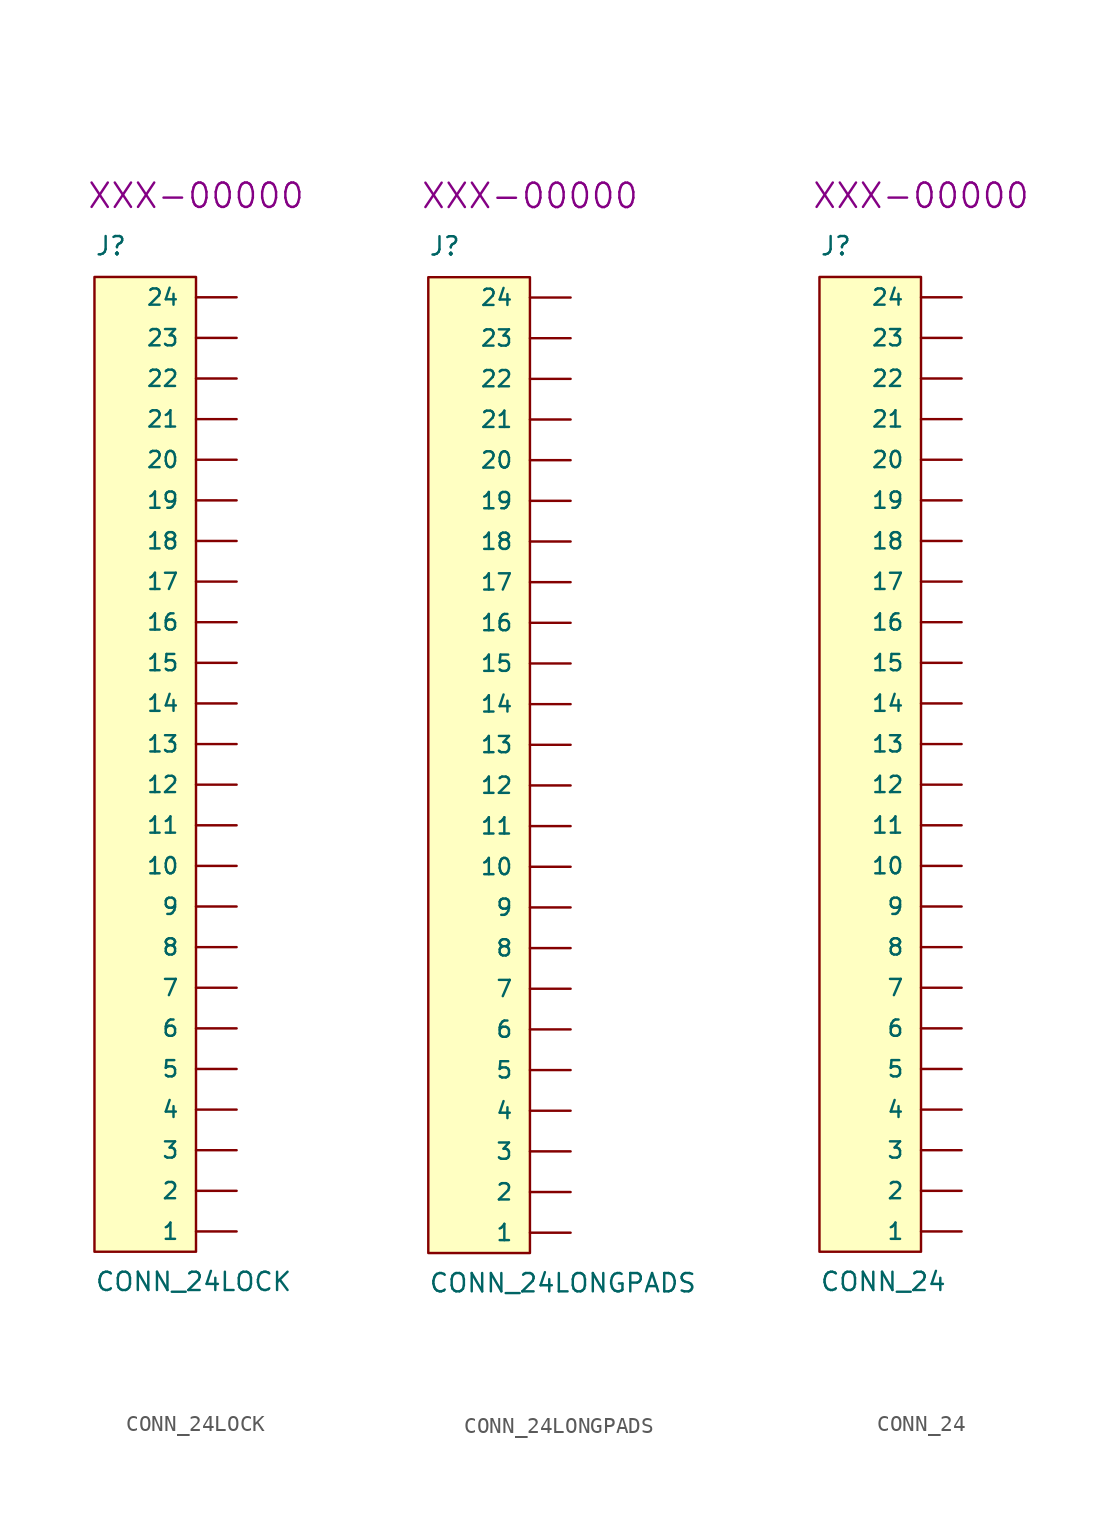
<source format=kicad_sym>
(kicad_symbol_lib
  (version 20201005)
  (generator kicad_symbol_editor)
  (symbol "CONN_24LOCK"
    (pin_numbers hide)
    (pin_names
      (offset 1.016))
    (property "Reference" "J"
      (at -6.35 60.96 0)
      (effects (font (size 1.143 1.143)) (justify left bottom)))
    (property "Value" "CONN_24LOCK"
      (at -6.35 -3.81 0)
      (effects (font (size 1.143 1.143)) (justify left bottom)))
    (property "Field4" "XXX-00000"
      (at 0 64.77 0)
      (effects (font (size 1.524 1.524))))
    (property "ki_locked" ""
      (at 0 0 0)
      (effects (font (size 1.27 1.27))))
    (symbol "CONN_24LOCK_0_1"
      (rectangle (start 0 -1.27) (end -6.35 59.69) (stroke (width 0)) (fill (type background))))
    (symbol "CONN_24LOCK_1_1"
      (pin input line (at 2.54 0 180) (length 2.54) (name "1" (effects (font (size 1.016 1.016)))) (number "1" (effects (font (size 1.016 1.016)))))
      (pin passive line (at 2.54 2.54 180) (length 2.54) (name "2" (effects (font (size 1.016 1.016)))) (number "2" (effects (font (size 1.016 1.016)))))
      (pin passive line (at 2.54 5.08 180) (length 2.54) (name "3" (effects (font (size 1.016 1.016)))) (number "3" (effects (font (size 1.016 1.016)))))
      (pin passive line (at 2.54 7.62 180) (length 2.54) (name "4" (effects (font (size 1.016 1.016)))) (number "4" (effects (font (size 1.016 1.016)))))
      (pin passive line (at 2.54 10.16 180) (length 2.54) (name "5" (effects (font (size 1.016 1.016)))) (number "5" (effects (font (size 1.016 1.016)))))
      (pin passive line (at 2.54 12.7 180) (length 2.54) (name "6" (effects (font (size 1.016 1.016)))) (number "6" (effects (font (size 1.016 1.016)))))
      (pin passive line (at 2.54 15.24 180) (length 2.54) (name "7" (effects (font (size 1.016 1.016)))) (number "7" (effects (font (size 1.016 1.016)))))
      (pin passive line (at 2.54 17.78 180) (length 2.54) (name "8" (effects (font (size 1.016 1.016)))) (number "8" (effects (font (size 1.016 1.016)))))
      (pin passive line (at 2.54 20.32 180) (length 2.54) (name "9" (effects (font (size 1.016 1.016)))) (number "9" (effects (font (size 1.016 1.016)))))
      (pin passive line (at 2.54 22.86 180) (length 2.54) (name "10" (effects (font (size 1.016 1.016)))) (number "10" (effects (font (size 1.016 1.016)))))
      (pin passive line (at 2.54 48.26 180) (length 2.54) (name "20" (effects (font (size 1.016 1.016)))) (number "20" (effects (font (size 1.016 1.016)))))
      (pin passive line (at 2.54 25.4 180) (length 2.54) (name "11" (effects (font (size 1.016 1.016)))) (number "11" (effects (font (size 1.016 1.016)))))
      (pin passive line (at 2.54 50.8 180) (length 2.54) (name "21" (effects (font (size 1.016 1.016)))) (number "21" (effects (font (size 1.016 1.016)))))
      (pin passive line (at 2.54 27.94 180) (length 2.54) (name "12" (effects (font (size 1.016 1.016)))) (number "12" (effects (font (size 1.016 1.016)))))
      (pin passive line (at 2.54 53.34 180) (length 2.54) (name "22" (effects (font (size 1.016 1.016)))) (number "22" (effects (font (size 1.016 1.016)))))
      (pin passive line (at 2.54 30.48 180) (length 2.54) (name "13" (effects (font (size 1.016 1.016)))) (number "13" (effects (font (size 1.016 1.016)))))
      (pin passive line (at 2.54 55.88 180) (length 2.54) (name "23" (effects (font (size 1.016 1.016)))) (number "23" (effects (font (size 1.016 1.016)))))
      (pin passive line (at 2.54 33.02 180) (length 2.54) (name "14" (effects (font (size 1.016 1.016)))) (number "14" (effects (font (size 1.016 1.016)))))
      (pin passive line (at 2.54 58.42 180) (length 2.54) (name "24" (effects (font (size 1.016 1.016)))) (number "24" (effects (font (size 1.016 1.016)))))
      (pin passive line (at 2.54 35.56 180) (length 2.54) (name "15" (effects (font (size 1.016 1.016)))) (number "15" (effects (font (size 1.016 1.016)))))
      (pin passive line (at 2.54 38.1 180) (length 2.54) (name "16" (effects (font (size 1.016 1.016)))) (number "16" (effects (font (size 1.016 1.016)))))
      (pin passive line (at 2.54 40.64 180) (length 2.54) (name "17" (effects (font (size 1.016 1.016)))) (number "17" (effects (font (size 1.016 1.016)))))
      (pin passive line (at 2.54 43.18 180) (length 2.54) (name "18" (effects (font (size 1.016 1.016)))) (number "18" (effects (font (size 1.016 1.016)))))
      (pin passive line (at 2.54 45.72 180) (length 2.54) (name "19" (effects (font (size 1.016 1.016)))) (number "19" (effects (font (size 1.016 1.016)))))))
  (symbol "CONN_24LONGPADS"
    (pin_numbers hide)
    (pin_names
      (offset 1.016))
    (property "Reference" "J"
      (at -6.35 60.96 0)
      (effects (font (size 1.143 1.143)) (justify left bottom)))
    (property "Value" "CONN_24LONGPADS"
      (at -6.35 -3.81 0)
      (effects (font (size 1.143 1.143)) (justify left bottom)))
    (property "Field4" "XXX-00000"
      (at 0 64.77 0)
      (effects (font (size 1.524 1.524))))
    (property "ki_locked" ""
      (at 0 0 0)
      (effects (font (size 1.27 1.27))))
    (symbol "CONN_24LONGPADS_0_1"
      (rectangle (start 0 -1.27) (end -6.35 59.69) (stroke (width 0)) (fill (type background))))
    (symbol "CONN_24LONGPADS_1_1"
      (pin input line (at 2.54 0 180) (length 2.54) (name "1" (effects (font (size 1.016 1.016)))) (number "1" (effects (font (size 1.016 1.016)))))
      (pin passive line (at 2.54 2.54 180) (length 2.54) (name "2" (effects (font (size 1.016 1.016)))) (number "2" (effects (font (size 1.016 1.016)))))
      (pin passive line (at 2.54 5.08 180) (length 2.54) (name "3" (effects (font (size 1.016 1.016)))) (number "3" (effects (font (size 1.016 1.016)))))
      (pin passive line (at 2.54 7.62 180) (length 2.54) (name "4" (effects (font (size 1.016 1.016)))) (number "4" (effects (font (size 1.016 1.016)))))
      (pin passive line (at 2.54 10.16 180) (length 2.54) (name "5" (effects (font (size 1.016 1.016)))) (number "5" (effects (font (size 1.016 1.016)))))
      (pin passive line (at 2.54 12.7 180) (length 2.54) (name "6" (effects (font (size 1.016 1.016)))) (number "6" (effects (font (size 1.016 1.016)))))
      (pin passive line (at 2.54 15.24 180) (length 2.54) (name "7" (effects (font (size 1.016 1.016)))) (number "7" (effects (font (size 1.016 1.016)))))
      (pin passive line (at 2.54 17.78 180) (length 2.54) (name "8" (effects (font (size 1.016 1.016)))) (number "8" (effects (font (size 1.016 1.016)))))
      (pin passive line (at 2.54 20.32 180) (length 2.54) (name "9" (effects (font (size 1.016 1.016)))) (number "9" (effects (font (size 1.016 1.016)))))
      (pin passive line (at 2.54 22.86 180) (length 2.54) (name "10" (effects (font (size 1.016 1.016)))) (number "10" (effects (font (size 1.016 1.016)))))
      (pin passive line (at 2.54 48.26 180) (length 2.54) (name "20" (effects (font (size 1.016 1.016)))) (number "20" (effects (font (size 1.016 1.016)))))
      (pin passive line (at 2.54 25.4 180) (length 2.54) (name "11" (effects (font (size 1.016 1.016)))) (number "11" (effects (font (size 1.016 1.016)))))
      (pin passive line (at 2.54 50.8 180) (length 2.54) (name "21" (effects (font (size 1.016 1.016)))) (number "21" (effects (font (size 1.016 1.016)))))
      (pin passive line (at 2.54 27.94 180) (length 2.54) (name "12" (effects (font (size 1.016 1.016)))) (number "12" (effects (font (size 1.016 1.016)))))
      (pin passive line (at 2.54 53.34 180) (length 2.54) (name "22" (effects (font (size 1.016 1.016)))) (number "22" (effects (font (size 1.016 1.016)))))
      (pin passive line (at 2.54 30.48 180) (length 2.54) (name "13" (effects (font (size 1.016 1.016)))) (number "13" (effects (font (size 1.016 1.016)))))
      (pin passive line (at 2.54 55.88 180) (length 2.54) (name "23" (effects (font (size 1.016 1.016)))) (number "23" (effects (font (size 1.016 1.016)))))
      (pin passive line (at 2.54 33.02 180) (length 2.54) (name "14" (effects (font (size 1.016 1.016)))) (number "14" (effects (font (size 1.016 1.016)))))
      (pin passive line (at 2.54 58.42 180) (length 2.54) (name "24" (effects (font (size 1.016 1.016)))) (number "24" (effects (font (size 1.016 1.016)))))
      (pin passive line (at 2.54 35.56 180) (length 2.54) (name "15" (effects (font (size 1.016 1.016)))) (number "15" (effects (font (size 1.016 1.016)))))
      (pin passive line (at 2.54 38.1 180) (length 2.54) (name "16" (effects (font (size 1.016 1.016)))) (number "16" (effects (font (size 1.016 1.016)))))
      (pin passive line (at 2.54 40.64 180) (length 2.54) (name "17" (effects (font (size 1.016 1.016)))) (number "17" (effects (font (size 1.016 1.016)))))
      (pin passive line (at 2.54 43.18 180) (length 2.54) (name "18" (effects (font (size 1.016 1.016)))) (number "18" (effects (font (size 1.016 1.016)))))
      (pin passive line (at 2.54 45.72 180) (length 2.54) (name "19" (effects (font (size 1.016 1.016)))) (number "19" (effects (font (size 1.016 1.016)))))))
  (symbol "CONN_24"
    (pin_numbers hide)
    (pin_names
      (offset 1.016))
    (property "Reference" "J"
      (at -6.35 60.96 0)
      (effects (font (size 1.143 1.143)) (justify left bottom)))
    (property "Value" "CONN_24"
      (at -6.35 -3.81 0)
      (effects (font (size 1.143 1.143)) (justify left bottom)))
    (property "Field4" "XXX-00000"
      (at 0 64.77 0)
      (effects (font (size 1.524 1.524))))
    (property "ki_locked" ""
      (at 0 0 0)
      (effects (font (size 1.27 1.27))))
    (symbol "CONN_24_0_1"
      (rectangle (start 0 -1.27) (end -6.35 59.69) (stroke (width 0)) (fill (type background))))
    (symbol "CONN_24_1_1"
      (pin input line (at 2.54 0 180) (length 2.54) (name "1" (effects (font (size 1.016 1.016)))) (number "1" (effects (font (size 1.016 1.016)))))
      (pin passive line (at 2.54 2.54 180) (length 2.54) (name "2" (effects (font (size 1.016 1.016)))) (number "2" (effects (font (size 1.016 1.016)))))
      (pin passive line (at 2.54 5.08 180) (length 2.54) (name "3" (effects (font (size 1.016 1.016)))) (number "3" (effects (font (size 1.016 1.016)))))
      (pin passive line (at 2.54 7.62 180) (length 2.54) (name "4" (effects (font (size 1.016 1.016)))) (number "4" (effects (font (size 1.016 1.016)))))
      (pin passive line (at 2.54 10.16 180) (length 2.54) (name "5" (effects (font (size 1.016 1.016)))) (number "5" (effects (font (size 1.016 1.016)))))
      (pin passive line (at 2.54 12.7 180) (length 2.54) (name "6" (effects (font (size 1.016 1.016)))) (number "6" (effects (font (size 1.016 1.016)))))
      (pin passive line (at 2.54 15.24 180) (length 2.54) (name "7" (effects (font (size 1.016 1.016)))) (number "7" (effects (font (size 1.016 1.016)))))
      (pin passive line (at 2.54 17.78 180) (length 2.54) (name "8" (effects (font (size 1.016 1.016)))) (number "8" (effects (font (size 1.016 1.016)))))
      (pin passive line (at 2.54 20.32 180) (length 2.54) (name "9" (effects (font (size 1.016 1.016)))) (number "9" (effects (font (size 1.016 1.016)))))
      (pin passive line (at 2.54 22.86 180) (length 2.54) (name "10" (effects (font (size 1.016 1.016)))) (number "10" (effects (font (size 1.016 1.016)))))
      (pin passive line (at 2.54 48.26 180) (length 2.54) (name "20" (effects (font (size 1.016 1.016)))) (number "20" (effects (font (size 1.016 1.016)))))
      (pin passive line (at 2.54 25.4 180) (length 2.54) (name "11" (effects (font (size 1.016 1.016)))) (number "11" (effects (font (size 1.016 1.016)))))
      (pin passive line (at 2.54 50.8 180) (length 2.54) (name "21" (effects (font (size 1.016 1.016)))) (number "21" (effects (font (size 1.016 1.016)))))
      (pin passive line (at 2.54 27.94 180) (length 2.54) (name "12" (effects (font (size 1.016 1.016)))) (number "12" (effects (font (size 1.016 1.016)))))
      (pin passive line (at 2.54 53.34 180) (length 2.54) (name "22" (effects (font (size 1.016 1.016)))) (number "22" (effects (font (size 1.016 1.016)))))
      (pin passive line (at 2.54 30.48 180) (length 2.54) (name "13" (effects (font (size 1.016 1.016)))) (number "13" (effects (font (size 1.016 1.016)))))
      (pin passive line (at 2.54 55.88 180) (length 2.54) (name "23" (effects (font (size 1.016 1.016)))) (number "23" (effects (font (size 1.016 1.016)))))
      (pin passive line (at 2.54 33.02 180) (length 2.54) (name "14" (effects (font (size 1.016 1.016)))) (number "14" (effects (font (size 1.016 1.016)))))
      (pin passive line (at 2.54 58.42 180) (length 2.54) (name "24" (effects (font (size 1.016 1.016)))) (number "24" (effects (font (size 1.016 1.016)))))
      (pin passive line (at 2.54 35.56 180) (length 2.54) (name "15" (effects (font (size 1.016 1.016)))) (number "15" (effects (font (size 1.016 1.016)))))
      (pin passive line (at 2.54 38.1 180) (length 2.54) (name "16" (effects (font (size 1.016 1.016)))) (number "16" (effects (font (size 1.016 1.016)))))
      (pin passive line (at 2.54 40.64 180) (length 2.54) (name "17" (effects (font (size 1.016 1.016)))) (number "17" (effects (font (size 1.016 1.016)))))
      (pin passive line (at 2.54 43.18 180) (length 2.54) (name "18" (effects (font (size 1.016 1.016)))) (number "18" (effects (font (size 1.016 1.016)))))
      (pin passive line (at 2.54 45.72 180) (length 2.54) (name "19" (effects (font (size 1.016 1.016)))) (number "19" (effects (font (size 1.016 1.016))))))))
</source>
